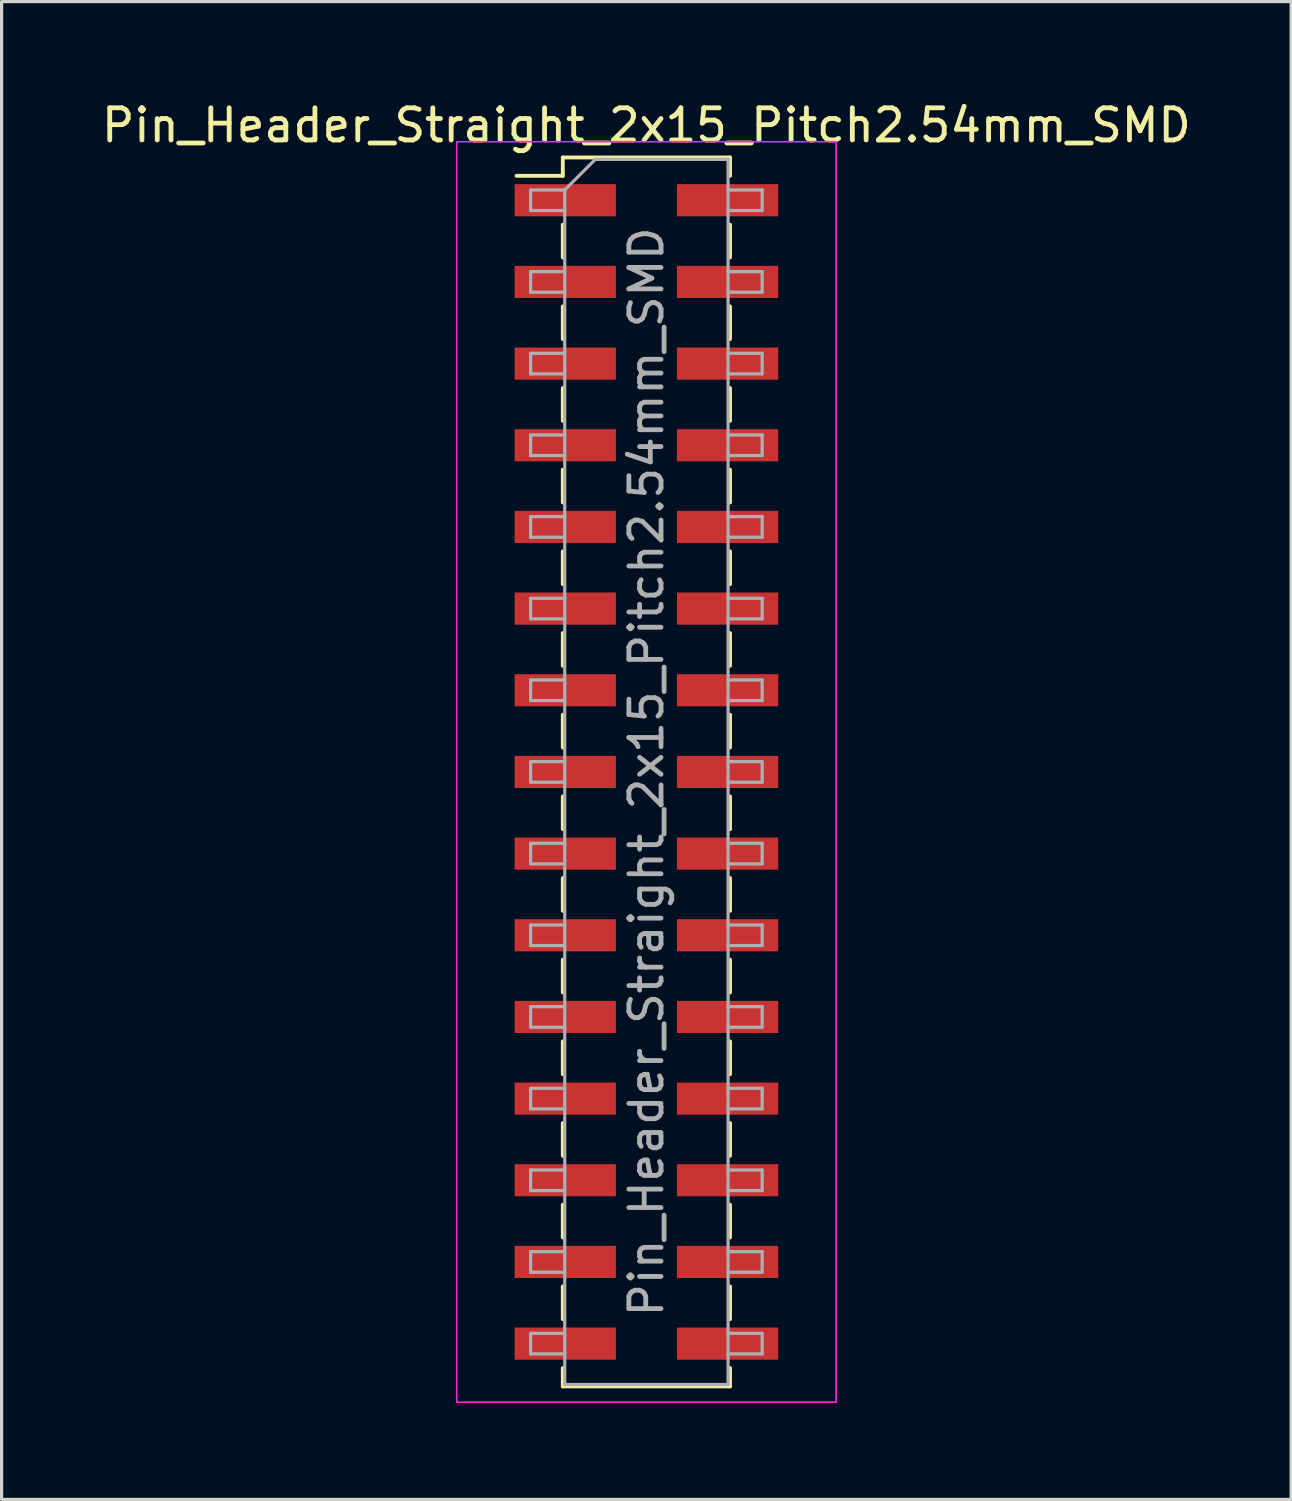
<source format=kicad_pcb>
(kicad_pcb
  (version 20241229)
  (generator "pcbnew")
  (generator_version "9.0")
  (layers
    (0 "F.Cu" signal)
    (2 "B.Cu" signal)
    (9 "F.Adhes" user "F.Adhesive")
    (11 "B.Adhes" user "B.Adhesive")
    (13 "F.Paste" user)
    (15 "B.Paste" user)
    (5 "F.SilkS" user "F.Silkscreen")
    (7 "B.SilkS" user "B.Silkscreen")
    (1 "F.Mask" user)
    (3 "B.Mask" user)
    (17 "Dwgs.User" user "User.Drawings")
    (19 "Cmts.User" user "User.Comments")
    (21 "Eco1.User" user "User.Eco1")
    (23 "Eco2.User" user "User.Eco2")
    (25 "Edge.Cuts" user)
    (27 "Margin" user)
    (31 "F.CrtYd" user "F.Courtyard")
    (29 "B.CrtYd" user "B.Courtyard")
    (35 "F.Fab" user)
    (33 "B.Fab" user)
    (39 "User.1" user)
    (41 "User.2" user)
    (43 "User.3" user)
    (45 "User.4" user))
  (footprint "Pin_Header_Straight_2x15_Pitch2.54mm_SMD"
    (layer "F.Cu")
    (at 17.054 20.958)
    (property "Reference" "Pin_Header_Straight_2x15_Pitch2.54mm_SMD" (at 0 -20.11 0) (layer "F.SilkS") (effects (font (size 1 1) (thickness 0.15))))
    (attr smd)
    (fp_line (start -4.04 -18.54) (end -2.6 -18.54) (stroke (width 0.12) (type solid)) (layer "F.SilkS"))
    (fp_line (start -2.6 -19.11) (end -2.6 -18.54) (stroke (width 0.12) (type solid)) (layer "F.SilkS"))
    (fp_line (start -2.6 -19.11) (end 2.6 -19.11) (stroke (width 0.12) (type solid)) (layer "F.SilkS"))
    (fp_line (start -2.6 -17.02) (end -2.6 -16) (stroke (width 0.12) (type solid)) (layer "F.SilkS"))
    (fp_line (start -2.6 -14.48) (end -2.6 -13.46) (stroke (width 0.12) (type solid)) (layer "F.SilkS"))
    (fp_line (start -2.6 -11.94) (end -2.6 -10.92) (stroke (width 0.12) (type solid)) (layer "F.SilkS"))
    (fp_line (start -2.6 -9.4) (end -2.6 -8.38) (stroke (width 0.12) (type solid)) (layer "F.SilkS"))
    (fp_line (start -2.6 -6.86) (end -2.6 -5.84) (stroke (width 0.12) (type solid)) (layer "F.SilkS"))
    (fp_line (start -2.6 -4.32) (end -2.6 -3.3) (stroke (width 0.12) (type solid)) (layer "F.SilkS"))
    (fp_line (start -2.6 -1.78) (end -2.6 -0.76) (stroke (width 0.12) (type solid)) (layer "F.SilkS"))
    (fp_line (start -2.6 0.76) (end -2.6 1.78) (stroke (width 0.12) (type solid)) (layer "F.SilkS"))
    (fp_line (start -2.6 3.3) (end -2.6 4.32) (stroke (width 0.12) (type solid)) (layer "F.SilkS"))
    (fp_line (start -2.6 5.84) (end -2.6 6.86) (stroke (width 0.12) (type solid)) (layer "F.SilkS"))
    (fp_line (start -2.6 8.38) (end -2.6 9.4) (stroke (width 0.12) (type solid)) (layer "F.SilkS"))
    (fp_line (start -2.6 10.92) (end -2.6 11.94) (stroke (width 0.12) (type solid)) (layer "F.SilkS"))
    (fp_line (start -2.6 13.46) (end -2.6 14.48) (stroke (width 0.12) (type solid)) (layer "F.SilkS"))
    (fp_line (start -2.6 16) (end -2.6 17.02) (stroke (width 0.12) (type solid)) (layer "F.SilkS"))
    (fp_line (start -2.6 18.54) (end -2.6 19.11) (stroke (width 0.12) (type solid)) (layer "F.SilkS"))
    (fp_line (start -2.6 19.11) (end 2.6 19.11) (stroke (width 0.12) (type solid)) (layer "F.SilkS"))
    (fp_line (start 2.6 -19.11) (end 2.6 -18.54) (stroke (width 0.12) (type solid)) (layer "F.SilkS"))
    (fp_line (start 2.6 -17.02) (end 2.6 -16) (stroke (width 0.12) (type solid)) (layer "F.SilkS"))
    (fp_line (start 2.6 -14.48) (end 2.6 -13.46) (stroke (width 0.12) (type solid)) (layer "F.SilkS"))
    (fp_line (start 2.6 -11.94) (end 2.6 -10.92) (stroke (width 0.12) (type solid)) (layer "F.SilkS"))
    (fp_line (start 2.6 -9.4) (end 2.6 -8.38) (stroke (width 0.12) (type solid)) (layer "F.SilkS"))
    (fp_line (start 2.6 -6.86) (end 2.6 -5.84) (stroke (width 0.12) (type solid)) (layer "F.SilkS"))
    (fp_line (start 2.6 -4.32) (end 2.6 -3.3) (stroke (width 0.12) (type solid)) (layer "F.SilkS"))
    (fp_line (start 2.6 -1.78) (end 2.6 -0.76) (stroke (width 0.12) (type solid)) (layer "F.SilkS"))
    (fp_line (start 2.6 0.76) (end 2.6 1.78) (stroke (width 0.12) (type solid)) (layer "F.SilkS"))
    (fp_line (start 2.6 3.3) (end 2.6 4.32) (stroke (width 0.12) (type solid)) (layer "F.SilkS"))
    (fp_line (start 2.6 5.84) (end 2.6 6.86) (stroke (width 0.12) (type solid)) (layer "F.SilkS"))
    (fp_line (start 2.6 8.38) (end 2.6 9.4) (stroke (width 0.12) (type solid)) (layer "F.SilkS"))
    (fp_line (start 2.6 10.92) (end 2.6 11.94) (stroke (width 0.12) (type solid)) (layer "F.SilkS"))
    (fp_line (start 2.6 13.46) (end 2.6 14.48) (stroke (width 0.12) (type solid)) (layer "F.SilkS"))
    (fp_line (start 2.6 16) (end 2.6 17.02) (stroke (width 0.12) (type solid)) (layer "F.SilkS"))
    (fp_line (start 2.6 18.54) (end 2.6 19.11) (stroke (width 0.12) (type solid)) (layer "F.SilkS"))
    (fp_line (start -5.9 -19.6) (end -5.9 19.6) (stroke (width 0.05) (type solid)) (layer "F.CrtYd"))
    (fp_line (start -5.9 19.6) (end 5.9 19.6) (stroke (width 0.05) (type solid)) (layer "F.CrtYd"))
    (fp_line (start 5.9 -19.6) (end -5.9 -19.6) (stroke (width 0.05) (type solid)) (layer "F.CrtYd"))
    (fp_line (start 5.9 19.6) (end 5.9 -19.6) (stroke (width 0.05) (type solid)) (layer "F.CrtYd"))
    (fp_line (start -3.6 -18.1) (end -3.6 -17.46) (stroke (width 0.1) (type solid)) (layer "F.Fab"))
    (fp_line (start -3.6 -17.46) (end -2.54 -17.46) (stroke (width 0.1) (type solid)) (layer "F.Fab"))
    (fp_line (start -3.6 -15.56) (end -3.6 -14.92) (stroke (width 0.1) (type solid)) (layer "F.Fab"))
    (fp_line (start -3.6 -14.92) (end -2.54 -14.92) (stroke (width 0.1) (type solid)) (layer "F.Fab"))
    (fp_line (start -3.6 -13.02) (end -3.6 -12.38) (stroke (width 0.1) (type solid)) (layer "F.Fab"))
    (fp_line (start -3.6 -12.38) (end -2.54 -12.38) (stroke (width 0.1) (type solid)) (layer "F.Fab"))
    (fp_line (start -3.6 -10.48) (end -3.6 -9.84) (stroke (width 0.1) (type solid)) (layer "F.Fab"))
    (fp_line (start -3.6 -9.84) (end -2.54 -9.84) (stroke (width 0.1) (type solid)) (layer "F.Fab"))
    (fp_line (start -3.6 -7.94) (end -3.6 -7.3) (stroke (width 0.1) (type solid)) (layer "F.Fab"))
    (fp_line (start -3.6 -7.3) (end -2.54 -7.3) (stroke (width 0.1) (type solid)) (layer "F.Fab"))
    (fp_line (start -3.6 -5.4) (end -3.6 -4.76) (stroke (width 0.1) (type solid)) (layer "F.Fab"))
    (fp_line (start -3.6 -4.76) (end -2.54 -4.76) (stroke (width 0.1) (type solid)) (layer "F.Fab"))
    (fp_line (start -3.6 -2.86) (end -3.6 -2.22) (stroke (width 0.1) (type solid)) (layer "F.Fab"))
    (fp_line (start -3.6 -2.22) (end -2.54 -2.22) (stroke (width 0.1) (type solid)) (layer "F.Fab"))
    (fp_line (start -3.6 -0.32) (end -3.6 0.32) (stroke (width 0.1) (type solid)) (layer "F.Fab"))
    (fp_line (start -3.6 0.32) (end -2.54 0.32) (stroke (width 0.1) (type solid)) (layer "F.Fab"))
    (fp_line (start -3.6 2.22) (end -3.6 2.86) (stroke (width 0.1) (type solid)) (layer "F.Fab"))
    (fp_line (start -3.6 2.86) (end -2.54 2.86) (stroke (width 0.1) (type solid)) (layer "F.Fab"))
    (fp_line (start -3.6 4.76) (end -3.6 5.4) (stroke (width 0.1) (type solid)) (layer "F.Fab"))
    (fp_line (start -3.6 5.4) (end -2.54 5.4) (stroke (width 0.1) (type solid)) (layer "F.Fab"))
    (fp_line (start -3.6 7.3) (end -3.6 7.94) (stroke (width 0.1) (type solid)) (layer "F.Fab"))
    (fp_line (start -3.6 7.94) (end -2.54 7.94) (stroke (width 0.1) (type solid)) (layer "F.Fab"))
    (fp_line (start -3.6 9.84) (end -3.6 10.48) (stroke (width 0.1) (type solid)) (layer "F.Fab"))
    (fp_line (start -3.6 10.48) (end -2.54 10.48) (stroke (width 0.1) (type solid)) (layer "F.Fab"))
    (fp_line (start -3.6 12.38) (end -3.6 13.02) (stroke (width 0.1) (type solid)) (layer "F.Fab"))
    (fp_line (start -3.6 13.02) (end -2.54 13.02) (stroke (width 0.1) (type solid)) (layer "F.Fab"))
    (fp_line (start -3.6 14.92) (end -3.6 15.56) (stroke (width 0.1) (type solid)) (layer "F.Fab"))
    (fp_line (start -3.6 15.56) (end -2.54 15.56) (stroke (width 0.1) (type solid)) (layer "F.Fab"))
    (fp_line (start -3.6 17.46) (end -3.6 18.1) (stroke (width 0.1) (type solid)) (layer "F.Fab"))
    (fp_line (start -3.6 18.1) (end -2.54 18.1) (stroke (width 0.1) (type solid)) (layer "F.Fab"))
    (fp_line (start -2.54 -18.1) (end -3.6 -18.1) (stroke (width 0.1) (type solid)) (layer "F.Fab"))
    (fp_line (start -2.54 -18.1) (end -1.59 -19.05) (stroke (width 0.1) (type solid)) (layer "F.Fab"))
    (fp_line (start -2.54 -15.56) (end -3.6 -15.56) (stroke (width 0.1) (type solid)) (layer "F.Fab"))
    (fp_line (start -2.54 -13.02) (end -3.6 -13.02) (stroke (width 0.1) (type solid)) (layer "F.Fab"))
    (fp_line (start -2.54 -10.48) (end -3.6 -10.48) (stroke (width 0.1) (type solid)) (layer "F.Fab"))
    (fp_line (start -2.54 -7.94) (end -3.6 -7.94) (stroke (width 0.1) (type solid)) (layer "F.Fab"))
    (fp_line (start -2.54 -5.4) (end -3.6 -5.4) (stroke (width 0.1) (type solid)) (layer "F.Fab"))
    (fp_line (start -2.54 -2.86) (end -3.6 -2.86) (stroke (width 0.1) (type solid)) (layer "F.Fab"))
    (fp_line (start -2.54 -0.32) (end -3.6 -0.32) (stroke (width 0.1) (type solid)) (layer "F.Fab"))
    (fp_line (start -2.54 2.22) (end -3.6 2.22) (stroke (width 0.1) (type solid)) (layer "F.Fab"))
    (fp_line (start -2.54 4.76) (end -3.6 4.76) (stroke (width 0.1) (type solid)) (layer "F.Fab"))
    (fp_line (start -2.54 7.3) (end -3.6 7.3) (stroke (width 0.1) (type solid)) (layer "F.Fab"))
    (fp_line (start -2.54 9.84) (end -3.6 9.84) (stroke (width 0.1) (type solid)) (layer "F.Fab"))
    (fp_line (start -2.54 12.38) (end -3.6 12.38) (stroke (width 0.1) (type solid)) (layer "F.Fab"))
    (fp_line (start -2.54 14.92) (end -3.6 14.92) (stroke (width 0.1) (type solid)) (layer "F.Fab"))
    (fp_line (start -2.54 17.46) (end -3.6 17.46) (stroke (width 0.1) (type solid)) (layer "F.Fab"))
    (fp_line (start -2.54 19.05) (end -2.54 -18.1) (stroke (width 0.1) (type solid)) (layer "F.Fab"))
    (fp_line (start -1.59 -19.05) (end 2.54 -19.05) (stroke (width 0.1) (type solid)) (layer "F.Fab"))
    (fp_line (start 2.54 -19.05) (end 2.54 19.05) (stroke (width 0.1) (type solid)) (layer "F.Fab"))
    (fp_line (start 2.54 -18.1) (end 3.6 -18.1) (stroke (width 0.1) (type solid)) (layer "F.Fab"))
    (fp_line (start 2.54 -15.56) (end 3.6 -15.56) (stroke (width 0.1) (type solid)) (layer "F.Fab"))
    (fp_line (start 2.54 -13.02) (end 3.6 -13.02) (stroke (width 0.1) (type solid)) (layer "F.Fab"))
    (fp_line (start 2.54 -10.48) (end 3.6 -10.48) (stroke (width 0.1) (type solid)) (layer "F.Fab"))
    (fp_line (start 2.54 -7.94) (end 3.6 -7.94) (stroke (width 0.1) (type solid)) (layer "F.Fab"))
    (fp_line (start 2.54 -5.4) (end 3.6 -5.4) (stroke (width 0.1) (type solid)) (layer "F.Fab"))
    (fp_line (start 2.54 -2.86) (end 3.6 -2.86) (stroke (width 0.1) (type solid)) (layer "F.Fab"))
    (fp_line (start 2.54 -0.32) (end 3.6 -0.32) (stroke (width 0.1) (type solid)) (layer "F.Fab"))
    (fp_line (start 2.54 2.22) (end 3.6 2.22) (stroke (width 0.1) (type solid)) (layer "F.Fab"))
    (fp_line (start 2.54 4.76) (end 3.6 4.76) (stroke (width 0.1) (type solid)) (layer "F.Fab"))
    (fp_line (start 2.54 7.3) (end 3.6 7.3) (stroke (width 0.1) (type solid)) (layer "F.Fab"))
    (fp_line (start 2.54 9.84) (end 3.6 9.84) (stroke (width 0.1) (type solid)) (layer "F.Fab"))
    (fp_line (start 2.54 12.38) (end 3.6 12.38) (stroke (width 0.1) (type solid)) (layer "F.Fab"))
    (fp_line (start 2.54 14.92) (end 3.6 14.92) (stroke (width 0.1) (type solid)) (layer "F.Fab"))
    (fp_line (start 2.54 17.46) (end 3.6 17.46) (stroke (width 0.1) (type solid)) (layer "F.Fab"))
    (fp_line (start 2.54 19.05) (end -2.54 19.05) (stroke (width 0.1) (type solid)) (layer "F.Fab"))
    (fp_line (start 3.6 -18.1) (end 3.6 -17.46) (stroke (width 0.1) (type solid)) (layer "F.Fab"))
    (fp_line (start 3.6 -17.46) (end 2.54 -17.46) (stroke (width 0.1) (type solid)) (layer "F.Fab"))
    (fp_line (start 3.6 -15.56) (end 3.6 -14.92) (stroke (width 0.1) (type solid)) (layer "F.Fab"))
    (fp_line (start 3.6 -14.92) (end 2.54 -14.92) (stroke (width 0.1) (type solid)) (layer "F.Fab"))
    (fp_line (start 3.6 -13.02) (end 3.6 -12.38) (stroke (width 0.1) (type solid)) (layer "F.Fab"))
    (fp_line (start 3.6 -12.38) (end 2.54 -12.38) (stroke (width 0.1) (type solid)) (layer "F.Fab"))
    (fp_line (start 3.6 -10.48) (end 3.6 -9.84) (stroke (width 0.1) (type solid)) (layer "F.Fab"))
    (fp_line (start 3.6 -9.84) (end 2.54 -9.84) (stroke (width 0.1) (type solid)) (layer "F.Fab"))
    (fp_line (start 3.6 -7.94) (end 3.6 -7.3) (stroke (width 0.1) (type solid)) (layer "F.Fab"))
    (fp_line (start 3.6 -7.3) (end 2.54 -7.3) (stroke (width 0.1) (type solid)) (layer "F.Fab"))
    (fp_line (start 3.6 -5.4) (end 3.6 -4.76) (stroke (width 0.1) (type solid)) (layer "F.Fab"))
    (fp_line (start 3.6 -4.76) (end 2.54 -4.76) (stroke (width 0.1) (type solid)) (layer "F.Fab"))
    (fp_line (start 3.6 -2.86) (end 3.6 -2.22) (stroke (width 0.1) (type solid)) (layer "F.Fab"))
    (fp_line (start 3.6 -2.22) (end 2.54 -2.22) (stroke (width 0.1) (type solid)) (layer "F.Fab"))
    (fp_line (start 3.6 -0.32) (end 3.6 0.32) (stroke (width 0.1) (type solid)) (layer "F.Fab"))
    (fp_line (start 3.6 0.32) (end 2.54 0.32) (stroke (width 0.1) (type solid)) (layer "F.Fab"))
    (fp_line (start 3.6 2.22) (end 3.6 2.86) (stroke (width 0.1) (type solid)) (layer "F.Fab"))
    (fp_line (start 3.6 2.86) (end 2.54 2.86) (stroke (width 0.1) (type solid)) (layer "F.Fab"))
    (fp_line (start 3.6 4.76) (end 3.6 5.4) (stroke (width 0.1) (type solid)) (layer "F.Fab"))
    (fp_line (start 3.6 5.4) (end 2.54 5.4) (stroke (width 0.1) (type solid)) (layer "F.Fab"))
    (fp_line (start 3.6 7.3) (end 3.6 7.94) (stroke (width 0.1) (type solid)) (layer "F.Fab"))
    (fp_line (start 3.6 7.94) (end 2.54 7.94) (stroke (width 0.1) (type solid)) (layer "F.Fab"))
    (fp_line (start 3.6 9.84) (end 3.6 10.48) (stroke (width 0.1) (type solid)) (layer "F.Fab"))
    (fp_line (start 3.6 10.48) (end 2.54 10.48) (stroke (width 0.1) (type solid)) (layer "F.Fab"))
    (fp_line (start 3.6 12.38) (end 3.6 13.02) (stroke (width 0.1) (type solid)) (layer "F.Fab"))
    (fp_line (start 3.6 13.02) (end 2.54 13.02) (stroke (width 0.1) (type solid)) (layer "F.Fab"))
    (fp_line (start 3.6 14.92) (end 3.6 15.56) (stroke (width 0.1) (type solid)) (layer "F.Fab"))
    (fp_line (start 3.6 15.56) (end 2.54 15.56) (stroke (width 0.1) (type solid)) (layer "F.Fab"))
    (fp_line (start 3.6 17.46) (end 3.6 18.1) (stroke (width 0.1) (type solid)) (layer "F.Fab"))
    (fp_line (start 3.6 18.1) (end 2.54 18.1) (stroke (width 0.1) (type solid)) (layer "F.Fab"))
    (fp_text user "${REFERENCE}" (at 0 0 90) (layer "F.Fab") (effects (font (size 1 1) (thickness 0.15))))
    (pad "1" smd rect (at -2.525 -17.78) (size 3.15 1) (layers "F.Cu" "F.Mask" "F.Paste"))
    (pad "2" smd rect (at 2.525 -17.78) (size 3.15 1) (layers "F.Cu" "F.Mask" "F.Paste"))
    (pad "3" smd rect (at -2.525 -15.24) (size 3.15 1) (layers "F.Cu" "F.Mask" "F.Paste"))
    (pad "4" smd rect (at 2.525 -15.24) (size 3.15 1) (layers "F.Cu" "F.Mask" "F.Paste"))
    (pad "5" smd rect (at -2.525 -12.7) (size 3.15 1) (layers "F.Cu" "F.Mask" "F.Paste"))
    (pad "6" smd rect (at 2.525 -12.7) (size 3.15 1) (layers "F.Cu" "F.Mask" "F.Paste"))
    (pad "7" smd rect (at -2.525 -10.16) (size 3.15 1) (layers "F.Cu" "F.Mask" "F.Paste"))
    (pad "8" smd rect (at 2.525 -10.16) (size 3.15 1) (layers "F.Cu" "F.Mask" "F.Paste"))
    (pad "9" smd rect (at -2.525 -7.62) (size 3.15 1) (layers "F.Cu" "F.Mask" "F.Paste"))
    (pad "10" smd rect (at 2.525 -7.62) (size 3.15 1) (layers "F.Cu" "F.Mask" "F.Paste"))
    (pad "11" smd rect (at -2.525 -5.08) (size 3.15 1) (layers "F.Cu" "F.Mask" "F.Paste"))
    (pad "12" smd rect (at 2.525 -5.08) (size 3.15 1) (layers "F.Cu" "F.Mask" "F.Paste"))
    (pad "13" smd rect (at -2.525 -2.54) (size 3.15 1) (layers "F.Cu" "F.Mask" "F.Paste"))
    (pad "14" smd rect (at 2.525 -2.54) (size 3.15 1) (layers "F.Cu" "F.Mask" "F.Paste"))
    (pad "15" smd rect (at -2.525 0) (size 3.15 1) (layers "F.Cu" "F.Mask" "F.Paste"))
    (pad "16" smd rect (at 2.525 0) (size 3.15 1) (layers "F.Cu" "F.Mask" "F.Paste"))
    (pad "17" smd rect (at -2.525 2.54) (size 3.15 1) (layers "F.Cu" "F.Mask" "F.Paste"))
    (pad "18" smd rect (at 2.525 2.54) (size 3.15 1) (layers "F.Cu" "F.Mask" "F.Paste"))
    (pad "19" smd rect (at -2.525 5.08) (size 3.15 1) (layers "F.Cu" "F.Mask" "F.Paste"))
    (pad "20" smd rect (at 2.525 5.08) (size 3.15 1) (layers "F.Cu" "F.Mask" "F.Paste"))
    (pad "21" smd rect (at -2.525 7.62) (size 3.15 1) (layers "F.Cu" "F.Mask" "F.Paste"))
    (pad "22" smd rect (at 2.525 7.62) (size 3.15 1) (layers "F.Cu" "F.Mask" "F.Paste"))
    (pad "23" smd rect (at -2.525 10.16) (size 3.15 1) (layers "F.Cu" "F.Mask" "F.Paste"))
    (pad "24" smd rect (at 2.525 10.16) (size 3.15 1) (layers "F.Cu" "F.Mask" "F.Paste"))
    (pad "25" smd rect (at -2.525 12.7) (size 3.15 1) (layers "F.Cu" "F.Mask" "F.Paste"))
    (pad "26" smd rect (at 2.525 12.7) (size 3.15 1) (layers "F.Cu" "F.Mask" "F.Paste"))
    (pad "27" smd rect (at -2.525 15.24) (size 3.15 1) (layers "F.Cu" "F.Mask" "F.Paste"))
    (pad "28" smd rect (at 2.525 15.24) (size 3.15 1) (layers "F.Cu" "F.Mask" "F.Paste"))
    (pad "29" smd rect (at -2.525 17.78) (size 3.15 1) (layers "F.Cu" "F.Mask" "F.Paste"))
    (pad "30" smd rect (at 2.525 17.78) (size 3.15 1) (layers "F.Cu" "F.Mask" "F.Paste")))
  (gr_rect
    (start -3 -3)
    (end 37.107 43.583)
    (stroke (width 0.1) (type default))
    (fill no)
    (layer "Edge.Cuts")))
</source>
